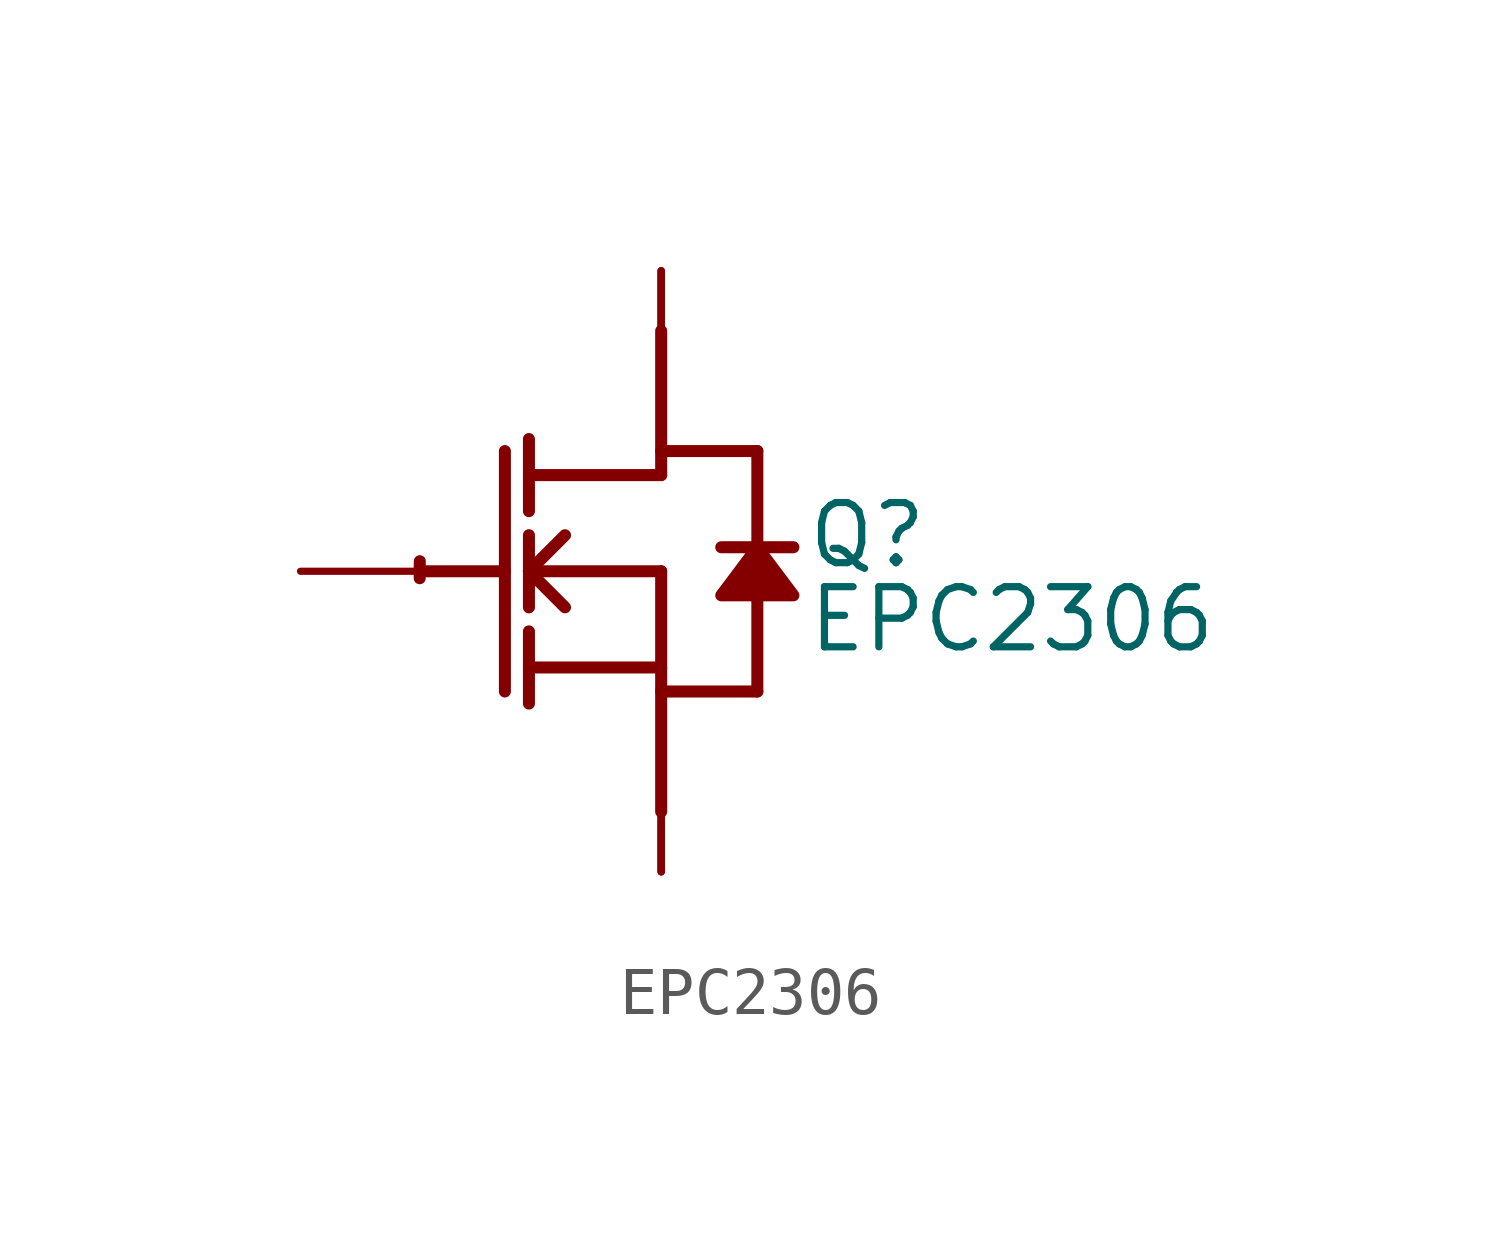
<source format=kicad_sym>
(kicad_symbol_lib
  (version 20241209)
  (generator "kicad_symbol_editor")
  (generator_version "9.0")
  (symbol "EPC2306"
    (property "Reference" "Q"
      (at 3.048 0.762 0)
      (effects (font (size 1.27 1.27)) (justify left)))
    (property "Value" "EPC2306"
      (at 3.048 -1.016 0)
      (effects (font (size 1.27 1.27)) (justify left)))
    (symbol "EPC2306_1_0"
      (polyline (pts (xy -5.08 0) (xy -3.302 0)) (stroke (width 0.254) (type solid)) (fill (type none)))
      (polyline (pts (xy -3.302 2.54) (xy -3.302 -2.54)) (stroke (width 0.254) (type solid)) (fill (type none)))
      (polyline (pts (xy -2.794 1.27) (xy -2.794 2.794)) (stroke (width 0.254) (type solid)) (fill (type none)))
      (polyline (pts (xy -2.794 0) (xy -2.032 0.762)) (stroke (width 0.254) (type solid)) (fill (type none)))
      (polyline (pts (xy -2.794 0) (xy 0 0)) (stroke (width 0.254) (type solid)) (fill (type none)))
      (polyline (pts (xy -2.794 -0.762) (xy -2.794 0.762)) (stroke (width 0.254) (type solid)) (fill (type none)))
      (polyline (pts (xy -2.794 -2.032) (xy 0 -2.032)) (stroke (width 0.254) (type solid)) (fill (type none)))
      (polyline (pts (xy -2.794 -2.794) (xy -2.794 -1.27)) (stroke (width 0.254) (type solid)) (fill (type none)))
      (polyline (pts (xy -2.032 -0.762) (xy -2.794 0)) (stroke (width 0.254) (type solid)) (fill (type none)))
      (polyline (pts (xy 0 2.54) (xy 2.032 2.54)) (stroke (width 0.254) (type solid)) (fill (type none)))
      (polyline (pts (xy 0 2.032) (xy -2.794 2.032)) (stroke (width 0.254) (type solid)) (fill (type none)))
      (polyline (pts (xy 0 2.032) (xy 0 5.08)) (stroke (width 0.254) (type solid)) (fill (type none)))
      (polyline (pts (xy 0 0) (xy 0 -5.08)) (stroke (width 0.254) (type solid)) (fill (type none)))
      (polyline (pts (xy 0 -2.54) (xy 2.032 -2.54)) (stroke (width 0.254) (type solid)) (fill (type none)))
      (arc (start -5.1019 -0.1467) (mid -5.1039 0.0331) (end -5.0996 0.2128) (stroke (width 0.254) (type solid)) (fill (type none)))
      (polyline (pts (xy 2.032 2.54) (xy 2.032 0.508)) (stroke (width 0.254) (type solid)) (fill (type none)))
      (polyline (pts (xy 2.032 0.508) (xy 1.27 -0.508) (xy 2.794 -0.508) (xy 2.032 0.508)) (stroke (width 0.254) (type solid)) (fill (type outline)))
      (polyline (pts (xy 2.032 -0.508) (xy 2.032 -2.54)) (stroke (width 0.254) (type solid)) (fill (type none)))
      (polyline (pts (xy 2.794 0.508) (xy 1.27 0.508)) (stroke (width 0.254) (type solid)) (fill (type none)))
      (pin passive line (at -7.62 0 0) (length 2.54) (name "G" (effects (font (size 0 0)))) (number "1" (effects (font (size 0 0)))))
      (pin passive line (at 0 6.35 270) (length 1.27) (name "D" (effects (font (size 0 0)))) (number "3" (effects (font (size 0 0)))))
      (pin passive line (at 0 6.35 270) (length 1.27) (name "D" (effects (font (size 0 0)))) (number "5" (effects (font (size 0 0)))))
      (pin passive line (at 0 6.35 270) (length 1.27) (name "D" (effects (font (size 0 0)))) (number "7" (effects (font (size 0 0)))))
      (pin passive line (at 0 -6.35 90) (length 1.27) (name "S" (effects (font (size 0 0)))) (number "2" (effects (font (size 0 0)))))
      (pin passive line (at 0 -6.35 90) (length 1.27) (name "S" (effects (font (size 0 0)))) (number "4" (effects (font (size 0 0)))))
      (pin passive line (at 0 -6.35 90) (length 1.27) (name "S" (effects (font (size 0 0)))) (number "6" (effects (font (size 0 0))))))))
</source>
